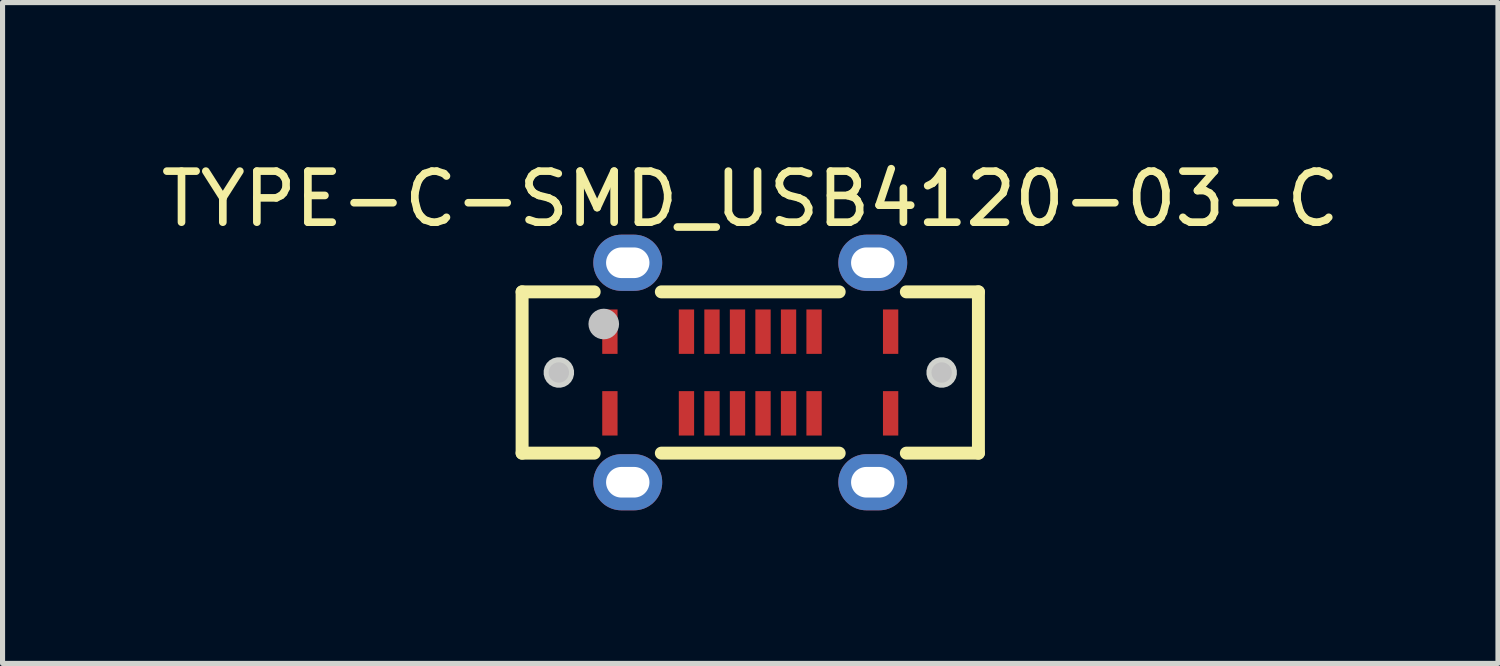
<source format=kicad_pcb>
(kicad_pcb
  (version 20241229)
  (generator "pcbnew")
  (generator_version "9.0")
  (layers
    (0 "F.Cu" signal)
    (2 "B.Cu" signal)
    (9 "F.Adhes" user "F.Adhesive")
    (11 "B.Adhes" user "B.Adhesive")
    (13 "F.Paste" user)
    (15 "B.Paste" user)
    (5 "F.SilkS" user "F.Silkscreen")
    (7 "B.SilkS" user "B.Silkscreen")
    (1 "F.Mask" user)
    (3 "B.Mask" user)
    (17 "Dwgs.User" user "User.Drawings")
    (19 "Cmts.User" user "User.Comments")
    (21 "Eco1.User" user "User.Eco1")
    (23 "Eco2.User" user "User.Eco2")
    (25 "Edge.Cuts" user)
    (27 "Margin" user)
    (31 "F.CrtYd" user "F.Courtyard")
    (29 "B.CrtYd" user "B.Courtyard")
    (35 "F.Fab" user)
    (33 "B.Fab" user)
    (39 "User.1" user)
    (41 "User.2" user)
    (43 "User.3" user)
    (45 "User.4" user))
  (footprint "TYPE-C-SMD_USB4120-03-C"
    (layer "F.Cu")
    (at 11.649 4.248)
    (property "Reference" "TYPE-C-SMD_USB4120-03-C" (at 0 -3.4 0) (layer "F.SilkS") (effects (font (size 1 1) (thickness 0.15))))
    (fp_line (start -4.47 -1.58) (end -3.058 -1.58) (stroke (width 0.254) (type default)) (layer "F.SilkS"))
    (fp_line (start -4.47 1.58) (end -4.47 -1.58) (stroke (width 0.254) (type default)) (layer "F.SilkS"))
    (fp_line (start -3.058 1.58) (end -4.47 1.58) (stroke (width 0.254) (type default)) (layer "F.SilkS"))
    (fp_line (start -1.742 -1.58) (end 1.742 -1.58) (stroke (width 0.254) (type default)) (layer "F.SilkS"))
    (fp_line (start 1.742 1.58) (end -1.742 1.58) (stroke (width 0.254) (type default)) (layer "F.SilkS"))
    (fp_line (start 3.058 -1.58) (end 4.47 -1.58) (stroke (width 0.254) (type default)) (layer "F.SilkS"))
    (fp_line (start 4.47 -1.58) (end 4.47 1.58) (stroke (width 0.254) (type default)) (layer "F.SilkS"))
    (fp_line (start 4.47 1.58) (end 3.058 1.58) (stroke (width 0.254) (type default)) (layer "F.SilkS"))
    (fp_poly (pts (xy -2.9 0.365) (xy -2.9 1.235) (xy -2.6 1.235) (xy -2.6 0.365)) (stroke (width 0) (type default)) (fill yes) (layer "F.Paste"))
    (fp_poly (pts (xy -2.6 -0.365) (xy -2.6 -1.235) (xy -2.9 -1.235) (xy -2.9 -0.365)) (stroke (width 0) (type default)) (fill yes) (layer "F.Paste"))
    (fp_poly (pts (xy -1.4 0.365) (xy -1.4 1.235) (xy -1.1 1.235) (xy -1.1 0.365)) (stroke (width 0) (type default)) (fill yes) (layer "F.Paste"))
    (fp_poly (pts (xy -1.1 -0.365) (xy -1.1 -1.235) (xy -1.4 -1.235) (xy -1.4 -0.365)) (stroke (width 0) (type default)) (fill yes) (layer "F.Paste"))
    (fp_poly (pts (xy -0.6 -0.365) (xy -0.6 -1.235) (xy -0.9 -1.235) (xy -0.9 -0.365)) (stroke (width 0) (type default)) (fill yes) (layer "F.Paste"))
    (fp_poly (pts (xy -0.6 1.235) (xy -0.6 0.365) (xy -0.9 0.365) (xy -0.9 1.235)) (stroke (width 0) (type default)) (fill yes) (layer "F.Paste"))
    (fp_poly (pts (xy -0.1 -0.365) (xy -0.1 -1.235) (xy -0.4 -1.235) (xy -0.4 -0.365)) (stroke (width 0) (type default)) (fill yes) (layer "F.Paste"))
    (fp_poly (pts (xy -0.1 1.235) (xy -0.1 0.365) (xy -0.4 0.365) (xy -0.4 1.235)) (stroke (width 0) (type default)) (fill yes) (layer "F.Paste"))
    (fp_poly (pts (xy 0.1 -1.235) (xy 0.1 -0.365) (xy 0.4 -0.365) (xy 0.4 -1.235)) (stroke (width 0) (type default)) (fill yes) (layer "F.Paste"))
    (fp_poly (pts (xy 0.4 1.235) (xy 0.4 0.365) (xy 0.1 0.365) (xy 0.1 1.235)) (stroke (width 0) (type default)) (fill yes) (layer "F.Paste"))
    (fp_poly (pts (xy 0.6 -1.235) (xy 0.6 -0.365) (xy 0.9 -0.365) (xy 0.9 -1.235)) (stroke (width 0) (type default)) (fill yes) (layer "F.Paste"))
    (fp_poly (pts (xy 0.9 1.235) (xy 0.9 0.365) (xy 0.6 0.365) (xy 0.6 1.235)) (stroke (width 0) (type default)) (fill yes) (layer "F.Paste"))
    (fp_poly (pts (xy 1.1 -1.235) (xy 1.1 -0.365) (xy 1.4 -0.365) (xy 1.4 -1.235)) (stroke (width 0) (type default)) (fill yes) (layer "F.Paste"))
    (fp_poly (pts (xy 1.4 1.235) (xy 1.4 0.365) (xy 1.1 0.365) (xy 1.1 1.235)) (stroke (width 0) (type default)) (fill yes) (layer "F.Paste"))
    (fp_poly (pts (xy 2.6 0.365) (xy 2.6 1.235) (xy 2.9 1.235) (xy 2.9 0.365)) (stroke (width 0) (type default)) (fill yes) (layer "F.Paste"))
    (fp_poly (pts (xy 2.9 -0.365) (xy 2.9 -1.235) (xy 2.6 -1.235) (xy 2.6 -0.365)) (stroke (width 0) (type default)) (fill yes) (layer "F.Paste"))
    (fp_poly (pts (xy -2.248 -2.7) (xy -2.275 -2.7) (xy -2.525 -2.7) (xy -2.553 -2.7) (xy -2.58 -2.697) (xy -2.607 -2.694) (xy -2.634 -2.689) (xy -2.661 -2.683) (xy -2.687 -2.675) (xy -2.713 -2.667) (xy -2.739 -2.657) (xy -2.764 -2.646) (xy -2.788 -2.633) (xy -2.812 -2.619) (xy -2.835 -2.604) (xy -2.857 -2.588) (xy -2.878 -2.571) (xy -2.899 -2.553) (xy -2.919 -2.534) (xy -2.938 -2.514) (xy -2.955 -2.493) (xy -2.971 -2.471) (xy -2.987 -2.449) (xy -3.002 -2.425) (xy -3.014 -2.401) (xy -3.026 -2.376) (xy -3.037 -2.351) (xy -3.046 -2.325) (xy -3.054 -2.299) (xy -3.062 -2.272) (xy -3.067 -2.245) (xy -3.071 -2.219) (xy -3.074 -2.191) (xy -3.075 -2.163) (xy -3.075 -2.136) (xy -3.074 -2.109) (xy -3.071 -2.082) (xy -3.067 -2.054) (xy -3.062 -2.027) (xy -3.054 -2.001) (xy -3.046 -1.975) (xy -3.037 -1.949) (xy -3.026 -1.924) (xy -3.014 -1.899) (xy -3.002 -1.875) (xy -2.987 -1.851) (xy -2.971 -1.829) (xy -2.955 -1.807) (xy -2.938 -1.786) (xy -2.919 -1.766) (xy -2.899 -1.747) (xy -2.878 -1.728) (xy -2.857 -1.712) (xy -2.835 -1.696) (xy -2.812 -1.681) (xy -2.788 -1.667) (xy -2.764 -1.655) (xy -2.739 -1.643) (xy -2.713 -1.633) (xy -2.687 -1.625) (xy -2.661 -1.617) (xy -2.634 -1.611) (xy -2.607 -1.606) (xy -2.58 -1.603) (xy -2.553 -1.601) (xy -2.525 -1.6) (xy -2.275 -1.6) (xy -2.248 -1.601) (xy -2.22 -1.603) (xy -2.193 -1.606) (xy -2.166 -1.611) (xy -2.139 -1.617) (xy -2.113 -1.625) (xy -2.087 -1.633) (xy -2.062 -1.643) (xy -2.037 -1.655) (xy -2.012 -1.667) (xy -1.988 -1.681) (xy -1.965 -1.696) (xy -1.943 -1.712) (xy -1.921 -1.728) (xy -1.901 -1.747) (xy -1.881 -1.766) (xy -1.863 -1.786) (xy -1.845 -1.807) (xy -1.829 -1.829) (xy -1.813 -1.851) (xy -1.798 -1.875) (xy -1.786 -1.899) (xy -1.774 -1.924) (xy -1.763 -1.949) (xy -1.754 -1.975) (xy -1.746 -2.001) (xy -1.739 -2.027) (xy -1.734 -2.054) (xy -1.73 -2.082) (xy -1.726 -2.109) (xy -1.725 -2.136) (xy -1.725 -2.163) (xy -1.726 -2.191) (xy -1.73 -2.219) (xy -1.734 -2.245) (xy -1.739 -2.272) (xy -1.746 -2.299) (xy -1.754 -2.325) (xy -1.763 -2.351) (xy -1.774 -2.376) (xy -1.786 -2.401) (xy -1.798 -2.425) (xy -1.813 -2.449) (xy -1.829 -2.471) (xy -1.845 -2.493) (xy -1.863 -2.514) (xy -1.881 -2.534) (xy -1.901 -2.553) (xy -1.921 -2.571) (xy -1.943 -2.588) (xy -1.965 -2.604) (xy -1.988 -2.619) (xy -2.012 -2.633) (xy -2.037 -2.646) (xy -2.062 -2.657) (xy -2.087 -2.667) (xy -2.113 -2.675) (xy -2.139 -2.683) (xy -2.166 -2.689) (xy -2.193 -2.694) (xy -2.22 -2.697)) (stroke (width 0) (type default)) (fill yes) (layer "F.Paste"))
    (fp_poly (pts (xy -2.248 1.601) (xy -2.275 1.6) (xy -2.525 1.6) (xy -2.553 1.601) (xy -2.58 1.603) (xy -2.607 1.606) (xy -2.634 1.611) (xy -2.661 1.617) (xy -2.687 1.625) (xy -2.713 1.633) (xy -2.739 1.643) (xy -2.764 1.655) (xy -2.788 1.667) (xy -2.812 1.681) (xy -2.835 1.696) (xy -2.857 1.712) (xy -2.878 1.728) (xy -2.899 1.747) (xy -2.919 1.766) (xy -2.938 1.786) (xy -2.955 1.807) (xy -2.971 1.829) (xy -2.987 1.851) (xy -3.002 1.875) (xy -3.014 1.899) (xy -3.026 1.924) (xy -3.037 1.949) (xy -3.046 1.975) (xy -3.054 2.001) (xy -3.062 2.027) (xy -3.067 2.054) (xy -3.071 2.082) (xy -3.074 2.109) (xy -3.075 2.136) (xy -3.075 2.163) (xy -3.074 2.191) (xy -3.071 2.219) (xy -3.067 2.245) (xy -3.062 2.272) (xy -3.054 2.299) (xy -3.046 2.325) (xy -3.037 2.351) (xy -3.026 2.376) (xy -3.014 2.401) (xy -3.002 2.425) (xy -2.987 2.449) (xy -2.971 2.471) (xy -2.955 2.493) (xy -2.938 2.514) (xy -2.919 2.534) (xy -2.899 2.553) (xy -2.878 2.571) (xy -2.857 2.588) (xy -2.835 2.604) (xy -2.812 2.619) (xy -2.788 2.633) (xy -2.764 2.646) (xy -2.739 2.657) (xy -2.713 2.667) (xy -2.687 2.675) (xy -2.661 2.683) (xy -2.634 2.689) (xy -2.607 2.694) (xy -2.58 2.697) (xy -2.553 2.7) (xy -2.525 2.7) (xy -2.275 2.7) (xy -2.248 2.7) (xy -2.22 2.697) (xy -2.193 2.694) (xy -2.166 2.689) (xy -2.139 2.683) (xy -2.113 2.675) (xy -2.087 2.667) (xy -2.062 2.657) (xy -2.037 2.646) (xy -2.012 2.633) (xy -1.988 2.619) (xy -1.965 2.604) (xy -1.943 2.588) (xy -1.921 2.571) (xy -1.901 2.553) (xy -1.881 2.534) (xy -1.863 2.514) (xy -1.845 2.493) (xy -1.829 2.471) (xy -1.813 2.449) (xy -1.798 2.425) (xy -1.786 2.401) (xy -1.774 2.376) (xy -1.763 2.351) (xy -1.754 2.325) (xy -1.746 2.299) (xy -1.739 2.272) (xy -1.734 2.245) (xy -1.73 2.219) (xy -1.726 2.191) (xy -1.725 2.163) (xy -1.725 2.136) (xy -1.726 2.109) (xy -1.73 2.082) (xy -1.734 2.054) (xy -1.739 2.027) (xy -1.746 2.001) (xy -1.754 1.975) (xy -1.763 1.949) (xy -1.774 1.924) (xy -1.786 1.899) (xy -1.798 1.875) (xy -1.813 1.851) (xy -1.829 1.829) (xy -1.845 1.807) (xy -1.863 1.786) (xy -1.881 1.766) (xy -1.901 1.747) (xy -1.921 1.728) (xy -1.943 1.712) (xy -1.965 1.696) (xy -1.988 1.681) (xy -2.012 1.667) (xy -2.037 1.655) (xy -2.062 1.643) (xy -2.087 1.633) (xy -2.113 1.625) (xy -2.139 1.617) (xy -2.166 1.611) (xy -2.193 1.606) (xy -2.22 1.603)) (stroke (width 0) (type default)) (fill yes) (layer "F.Paste"))
    (fp_poly (pts (xy 2.553 -2.7) (xy 2.525 -2.7) (xy 2.275 -2.7) (xy 2.248 -2.7) (xy 2.22 -2.697) (xy 2.193 -2.694) (xy 2.166 -2.689) (xy 2.139 -2.683) (xy 2.113 -2.675) (xy 2.087 -2.667) (xy 2.062 -2.657) (xy 2.037 -2.646) (xy 2.012 -2.633) (xy 1.988 -2.619) (xy 1.965 -2.604) (xy 1.943 -2.588) (xy 1.921 -2.571) (xy 1.901 -2.553) (xy 1.881 -2.534) (xy 1.863 -2.514) (xy 1.845 -2.493) (xy 1.829 -2.471) (xy 1.813 -2.449) (xy 1.798 -2.425) (xy 1.786 -2.401) (xy 1.774 -2.376) (xy 1.763 -2.351) (xy 1.754 -2.325) (xy 1.746 -2.299) (xy 1.739 -2.272) (xy 1.734 -2.245) (xy 1.73 -2.219) (xy 1.726 -2.191) (xy 1.725 -2.163) (xy 1.725 -2.136) (xy 1.726 -2.109) (xy 1.73 -2.082) (xy 1.734 -2.054) (xy 1.739 -2.027) (xy 1.746 -2.001) (xy 1.754 -1.975) (xy 1.763 -1.949) (xy 1.774 -1.924) (xy 1.786 -1.899) (xy 1.798 -1.875) (xy 1.813 -1.851) (xy 1.829 -1.829) (xy 1.845 -1.807) (xy 1.863 -1.786) (xy 1.881 -1.766) (xy 1.901 -1.747) (xy 1.921 -1.728) (xy 1.943 -1.712) (xy 1.965 -1.696) (xy 1.988 -1.681) (xy 2.012 -1.667) (xy 2.037 -1.655) (xy 2.062 -1.643) (xy 2.087 -1.633) (xy 2.113 -1.625) (xy 2.139 -1.617) (xy 2.166 -1.611) (xy 2.193 -1.606) (xy 2.22 -1.603) (xy 2.248 -1.601) (xy 2.275 -1.6) (xy 2.525 -1.6) (xy 2.553 -1.601) (xy 2.58 -1.603) (xy 2.607 -1.606) (xy 2.634 -1.611) (xy 2.661 -1.617) (xy 2.687 -1.625) (xy 2.713 -1.633) (xy 2.739 -1.643) (xy 2.764 -1.655) (xy 2.788 -1.667) (xy 2.812 -1.681) (xy 2.835 -1.696) (xy 2.857 -1.712) (xy 2.878 -1.728) (xy 2.899 -1.747) (xy 2.919 -1.766) (xy 2.938 -1.786) (xy 2.955 -1.807) (xy 2.971 -1.829) (xy 2.987 -1.851) (xy 3.002 -1.875) (xy 3.014 -1.899) (xy 3.026 -1.924) (xy 3.037 -1.949) (xy 3.046 -1.975) (xy 3.054 -2.001) (xy 3.062 -2.027) (xy 3.067 -2.054) (xy 3.071 -2.082) (xy 3.074 -2.109) (xy 3.075 -2.136) (xy 3.075 -2.163) (xy 3.074 -2.191) (xy 3.071 -2.219) (xy 3.067 -2.245) (xy 3.062 -2.272) (xy 3.054 -2.299) (xy 3.046 -2.325) (xy 3.037 -2.351) (xy 3.026 -2.376) (xy 3.014 -2.401) (xy 3.002 -2.425) (xy 2.987 -2.449) (xy 2.971 -2.471) (xy 2.955 -2.493) (xy 2.938 -2.514) (xy 2.919 -2.534) (xy 2.899 -2.553) (xy 2.878 -2.571) (xy 2.857 -2.588) (xy 2.835 -2.604) (xy 2.812 -2.619) (xy 2.788 -2.633) (xy 2.764 -2.646) (xy 2.739 -2.657) (xy 2.713 -2.667) (xy 2.687 -2.675) (xy 2.661 -2.683) (xy 2.634 -2.689) (xy 2.607 -2.694) (xy 2.58 -2.697)) (stroke (width 0) (type default)) (fill yes) (layer "F.Paste"))
    (fp_poly (pts (xy 2.553 1.601) (xy 2.525 1.6) (xy 2.275 1.6) (xy 2.248 1.601) (xy 2.22 1.603) (xy 2.193 1.606) (xy 2.166 1.611) (xy 2.139 1.617) (xy 2.113 1.625) (xy 2.087 1.633) (xy 2.062 1.643) (xy 2.037 1.655) (xy 2.012 1.667) (xy 1.988 1.681) (xy 1.965 1.696) (xy 1.943 1.712) (xy 1.921 1.728) (xy 1.901 1.747) (xy 1.881 1.766) (xy 1.863 1.786) (xy 1.845 1.807) (xy 1.829 1.829) (xy 1.813 1.851) (xy 1.798 1.875) (xy 1.786 1.899) (xy 1.774 1.924) (xy 1.763 1.949) (xy 1.754 1.975) (xy 1.746 2.001) (xy 1.739 2.027) (xy 1.734 2.054) (xy 1.73 2.082) (xy 1.726 2.109) (xy 1.725 2.136) (xy 1.725 2.163) (xy 1.726 2.191) (xy 1.73 2.219) (xy 1.734 2.245) (xy 1.739 2.272) (xy 1.746 2.299) (xy 1.754 2.325) (xy 1.763 2.351) (xy 1.774 2.376) (xy 1.786 2.401) (xy 1.798 2.425) (xy 1.813 2.449) (xy 1.829 2.471) (xy 1.845 2.493) (xy 1.863 2.514) (xy 1.881 2.534) (xy 1.901 2.553) (xy 1.921 2.571) (xy 1.943 2.588) (xy 1.965 2.604) (xy 1.988 2.619) (xy 2.012 2.633) (xy 2.037 2.646) (xy 2.062 2.657) (xy 2.087 2.667) (xy 2.113 2.675) (xy 2.139 2.683) (xy 2.166 2.689) (xy 2.193 2.694) (xy 2.22 2.697) (xy 2.248 2.7) (xy 2.275 2.7) (xy 2.525 2.7) (xy 2.553 2.7) (xy 2.58 2.697) (xy 2.607 2.694) (xy 2.634 2.689) (xy 2.661 2.683) (xy 2.687 2.675) (xy 2.713 2.667) (xy 2.739 2.657) (xy 2.764 2.646) (xy 2.788 2.633) (xy 2.812 2.619) (xy 2.835 2.604) (xy 2.857 2.588) (xy 2.878 2.571) (xy 2.899 2.553) (xy 2.919 2.534) (xy 2.938 2.514) (xy 2.955 2.493) (xy 2.971 2.471) (xy 2.987 2.449) (xy 3.002 2.425) (xy 3.014 2.401) (xy 3.026 2.376) (xy 3.037 2.351) (xy 3.046 2.325) (xy 3.054 2.299) (xy 3.062 2.272) (xy 3.067 2.245) (xy 3.071 2.219) (xy 3.074 2.191) (xy 3.075 2.163) (xy 3.075 2.136) (xy 3.074 2.109) (xy 3.071 2.082) (xy 3.067 2.054) (xy 3.062 2.027) (xy 3.054 2.001) (xy 3.046 1.975) (xy 3.037 1.949) (xy 3.026 1.924) (xy 3.014 1.899) (xy 3.002 1.875) (xy 2.987 1.851) (xy 2.971 1.829) (xy 2.955 1.807) (xy 2.938 1.786) (xy 2.919 1.766) (xy 2.899 1.747) (xy 2.878 1.728) (xy 2.857 1.712) (xy 2.835 1.696) (xy 2.812 1.681) (xy 2.788 1.667) (xy 2.764 1.655) (xy 2.739 1.643) (xy 2.713 1.633) (xy 2.687 1.625) (xy 2.661 1.617) (xy 2.634 1.611) (xy 2.607 1.606) (xy 2.58 1.603)) (stroke (width 0) (type default)) (fill yes) (layer "F.Paste"))
    (fp_circle (center -3.75 0) (end -3.65 0) (stroke (width 0.2) (type default)) (fill no) (layer "Dwgs.User"))
    (fp_circle (center -2.87 -0.95) (end -2.72 -0.95) (stroke (width 0.3) (type default)) (fill no) (layer "Dwgs.User"))
    (fp_circle (center 3.75 0) (end 3.85 0) (stroke (width 0.2) (type default)) (fill no) (layer "Dwgs.User"))
    (fp_poly (pts (xy -3.453 -0.039) (xy -3.473 -0.115) (xy -3.512 -0.183) (xy -3.567 -0.238) (xy -3.635 -0.277) (xy -3.711 -0.297) (xy -3.789 -0.297) (xy -3.865 -0.277) (xy -3.933 -0.238) (xy -3.988 -0.183) (xy -4.027 -0.115) (xy -4.047 -0.039) (xy -4.047 0.039) (xy -4.027 0.115) (xy -3.988 0.183) (xy -3.933 0.238) (xy -3.865 0.277) (xy -3.789 0.297) (xy -3.711 0.297) (xy -3.635 0.277) (xy -3.567 0.238) (xy -3.512 0.183) (xy -3.473 0.115) (xy -3.453 0.039)) (stroke (width 0) (type default)) (fill yes) (layer "Edge.Cuts"))
    (fp_poly (pts (xy 4.047 -0.039) (xy 4.027 -0.115) (xy 3.988 -0.183) (xy 3.933 -0.238) (xy 3.865 -0.277) (xy 3.789 -0.297) (xy 3.711 -0.297) (xy 3.635 -0.277) (xy 3.567 -0.238) (xy 3.512 -0.183) (xy 3.473 -0.115) (xy 3.453 -0.039) (xy 3.453 0.039) (xy 3.473 0.115) (xy 3.512 0.183) (xy 3.567 0.238) (xy 3.635 0.277) (xy 3.711 0.297) (xy 3.789 0.297) (xy 3.865 0.277) (xy 3.933 0.238) (xy 3.988 0.183) (xy 4.027 0.115) (xy 4.047 0.039)) (stroke (width 0) (type default)) (fill yes) (layer "Edge.Cuts"))
    (fp_poly (pts (xy -2.85 -1.1) (xy -2.65 -1.1) (xy -2.65 -0.5) (xy -2.85 -0.5)) (stroke (width 0.1) (type default)) (fill no) (layer "User.1"))
    (fp_poly (pts (xy -2.85 0.5) (xy -2.65 0.5) (xy -2.65 1.1) (xy -2.85 1.1)) (stroke (width 0.1) (type default)) (fill no) (layer "User.1"))
    (fp_poly (pts (xy -2.65 -2.3) (xy -2.15 -2.3) (xy -2.15 -1.57) (xy -2.65 -1.57)) (stroke (width 0.1) (type default)) (fill no) (layer "User.1"))
    (fp_poly (pts (xy -2.65 -2) (xy -2.65 -2.3) (xy -2.15 -2.3) (xy -2.15 -2)) (stroke (width 0.1) (type default)) (fill no) (layer "User.1"))
    (fp_poly (pts (xy -2.65 2.3) (xy -2.65 2) (xy -2.15 2) (xy -2.15 2.3)) (stroke (width 0.1) (type default)) (fill no) (layer "User.1"))
    (fp_poly (pts (xy -2.15 2.3) (xy -2.65 2.3) (xy -2.65 1.57) (xy -2.15 1.57)) (stroke (width 0.1) (type default)) (fill no) (layer "User.1"))
    (fp_poly (pts (xy -1.35 -1.1) (xy -1.15 -1.1) (xy -1.15 -0.5) (xy -1.35 -0.5)) (stroke (width 0.1) (type default)) (fill no) (layer "User.1"))
    (fp_poly (pts (xy -1.35 0.5) (xy -1.15 0.5) (xy -1.15 1.1) (xy -1.35 1.1)) (stroke (width 0.1) (type default)) (fill no) (layer "User.1"))
    (fp_poly (pts (xy -0.85 -1.1) (xy -0.65 -1.1) (xy -0.65 -0.5) (xy -0.85 -0.5)) (stroke (width 0.1) (type default)) (fill no) (layer "User.1"))
    (fp_poly (pts (xy -0.85 0.5) (xy -0.65 0.5) (xy -0.65 1.1) (xy -0.85 1.1)) (stroke (width 0.1) (type default)) (fill no) (layer "User.1"))
    (fp_poly (pts (xy -0.35 -1.1) (xy -0.15 -1.1) (xy -0.15 -0.5) (xy -0.35 -0.5)) (stroke (width 0.1) (type default)) (fill no) (layer "User.1"))
    (fp_poly (pts (xy -0.35 0.5) (xy -0.15 0.5) (xy -0.15 1.1) (xy -0.35 1.1)) (stroke (width 0.1) (type default)) (fill no) (layer "User.1"))
    (fp_poly (pts (xy 0.15 -1.1) (xy 0.35 -1.1) (xy 0.35 -0.5) (xy 0.15 -0.5)) (stroke (width 0.1) (type default)) (fill no) (layer "User.1"))
    (fp_poly (pts (xy 0.15 0.5) (xy 0.35 0.5) (xy 0.35 1.1) (xy 0.15 1.1)) (stroke (width 0.1) (type default)) (fill no) (layer "User.1"))
    (fp_poly (pts (xy 0.65 -1.1) (xy 0.85 -1.1) (xy 0.85 -0.5) (xy 0.65 -0.5)) (stroke (width 0.1) (type default)) (fill no) (layer "User.1"))
    (fp_poly (pts (xy 0.65 0.5) (xy 0.85 0.5) (xy 0.85 1.1) (xy 0.65 1.1)) (stroke (width 0.1) (type default)) (fill no) (layer "User.1"))
    (fp_poly (pts (xy 1.15 -1.1) (xy 1.35 -1.1) (xy 1.35 -0.5) (xy 1.15 -0.5)) (stroke (width 0.1) (type default)) (fill no) (layer "User.1"))
    (fp_poly (pts (xy 1.15 0.5) (xy 1.35 0.5) (xy 1.35 1.1) (xy 1.15 1.1)) (stroke (width 0.1) (type default)) (fill no) (layer "User.1"))
    (fp_poly (pts (xy 2.15 -2.3) (xy 2.65 -2.3) (xy 2.65 -1.57) (xy 2.15 -1.57)) (stroke (width 0.1) (type default)) (fill no) (layer "User.1"))
    (fp_poly (pts (xy 2.15 -2) (xy 2.15 -2.3) (xy 2.65 -2.3) (xy 2.65 -2)) (stroke (width 0.1) (type default)) (fill no) (layer "User.1"))
    (fp_poly (pts (xy 2.15 2.3) (xy 2.15 2) (xy 2.65 2) (xy 2.65 2.3)) (stroke (width 0.1) (type default)) (fill no) (layer "User.1"))
    (fp_poly (pts (xy 2.65 -1.1) (xy 2.85 -1.1) (xy 2.85 -0.5) (xy 2.65 -0.5)) (stroke (width 0.1) (type default)) (fill no) (layer "User.1"))
    (fp_poly (pts (xy 2.65 0.5) (xy 2.85 0.5) (xy 2.85 1.1) (xy 2.65 1.1)) (stroke (width 0.1) (type default)) (fill no) (layer "User.1"))
    (fp_poly (pts (xy 2.65 2.3) (xy 2.15 2.3) (xy 2.15 1.57) (xy 2.65 1.57)) (stroke (width 0.1) (type default)) (fill no) (layer "User.1"))
    (fp_line (start -4.47 -1.58) (end 4.47 -1.58) (stroke (width 0.051) (type default)) (layer "User.2"))
    (fp_line (start -4.47 1.58) (end -4.47 -1.58) (stroke (width 0.051) (type default)) (layer "User.2"))
    (fp_line (start 4.47 -1.58) (end 4.47 1.58) (stroke (width 0.051) (type default)) (layer "User.2"))
    (fp_line (start 4.47 1.58) (end -4.47 1.58) (stroke (width 0.051) (type default)) (layer "User.2"))
    (fp_poly (pts (xy -4.415 -2.323) (xy -4.447 -2.355) (xy -4.493 -2.355) (xy -4.525 -2.323) (xy -4.525 -2.277) (xy -4.493 -2.245) (xy -4.447 -2.245) (xy -4.415 -2.277)) (stroke (width 0.1) (type default)) (fill no) (layer "User.3"))
    (pad "0" thru_hole oval (at -2.4 -2.15 270) (size 1.1 1.35) (drill oval 0.6 0.85) (layers "*.Cu" "*.Mask"))
    (pad "0" thru_hole oval (at -2.4 2.15 270) (size 1.1 1.35) (drill oval 0.6 0.85) (layers "*.Cu" "*.Mask"))
    (pad "0" thru_hole oval (at 2.4 -2.15 270) (size 1.1 1.35) (drill oval 0.6 0.85) (layers "*.Cu" "*.Mask"))
    (pad "0" thru_hole oval (at 2.4 2.15 270) (size 1.1 1.35) (drill oval 0.6 0.85) (layers "*.Cu" "*.Mask"))
    (pad "A1" smd rect (at -2.75 -0.8) (size 0.3 0.87) (layers "F.Cu" "F.Mask" "F.Paste"))
    (pad "A4" smd rect (at -1.25 -0.8) (size 0.3 0.87) (layers "F.Cu" "F.Mask" "F.Paste"))
    (pad "A5" smd rect (at -0.75 -0.8) (size 0.3 0.87) (layers "F.Cu" "F.Mask" "F.Paste"))
    (pad "A6" smd rect (at -0.25 -0.8) (size 0.3 0.87) (layers "F.Cu" "F.Mask" "F.Paste"))
    (pad "A7" smd rect (at 0.25 -0.8) (size 0.3 0.87) (layers "F.Cu" "F.Mask" "F.Paste"))
    (pad "A8" smd rect (at 0.75 -0.8) (size 0.3 0.87) (layers "F.Cu" "F.Mask" "F.Paste"))
    (pad "A9" smd rect (at 1.25 -0.8) (size 0.3 0.87) (layers "F.Cu" "F.Mask" "F.Paste"))
    (pad "A12" smd rect (at 2.75 -0.8) (size 0.3 0.87) (layers "F.Cu" "F.Mask" "F.Paste"))
    (pad "B1" smd rect (at 2.75 0.8) (size 0.3 0.87) (layers "F.Cu" "F.Mask" "F.Paste"))
    (pad "B4" smd rect (at 1.25 0.8) (size 0.3 0.87) (layers "F.Cu" "F.Mask" "F.Paste"))
    (pad "B5" smd rect (at 0.75 0.8) (size 0.3 0.87) (layers "F.Cu" "F.Mask" "F.Paste"))
    (pad "B6" smd rect (at 0.25 0.8) (size 0.3 0.87) (layers "F.Cu" "F.Mask" "F.Paste"))
    (pad "B7" smd rect (at -0.25 0.8) (size 0.3 0.87) (layers "F.Cu" "F.Mask" "F.Paste"))
    (pad "B8" smd rect (at -0.75 0.8) (size 0.3 0.87) (layers "F.Cu" "F.Mask" "F.Paste"))
    (pad "B9" smd rect (at -1.25 0.8) (size 0.3 0.87) (layers "F.Cu" "F.Mask" "F.Paste"))
    (pad "B12" smd rect (at -2.75 0.8) (size 0.3 0.87) (layers "F.Cu" "F.Mask" "F.Paste")))
  (gr_rect
    (start -3 -3)
    (end 26.298 9.948)
    (stroke (width 0.1) (type default))
    (fill no)
    (layer "Edge.Cuts")))
</source>
